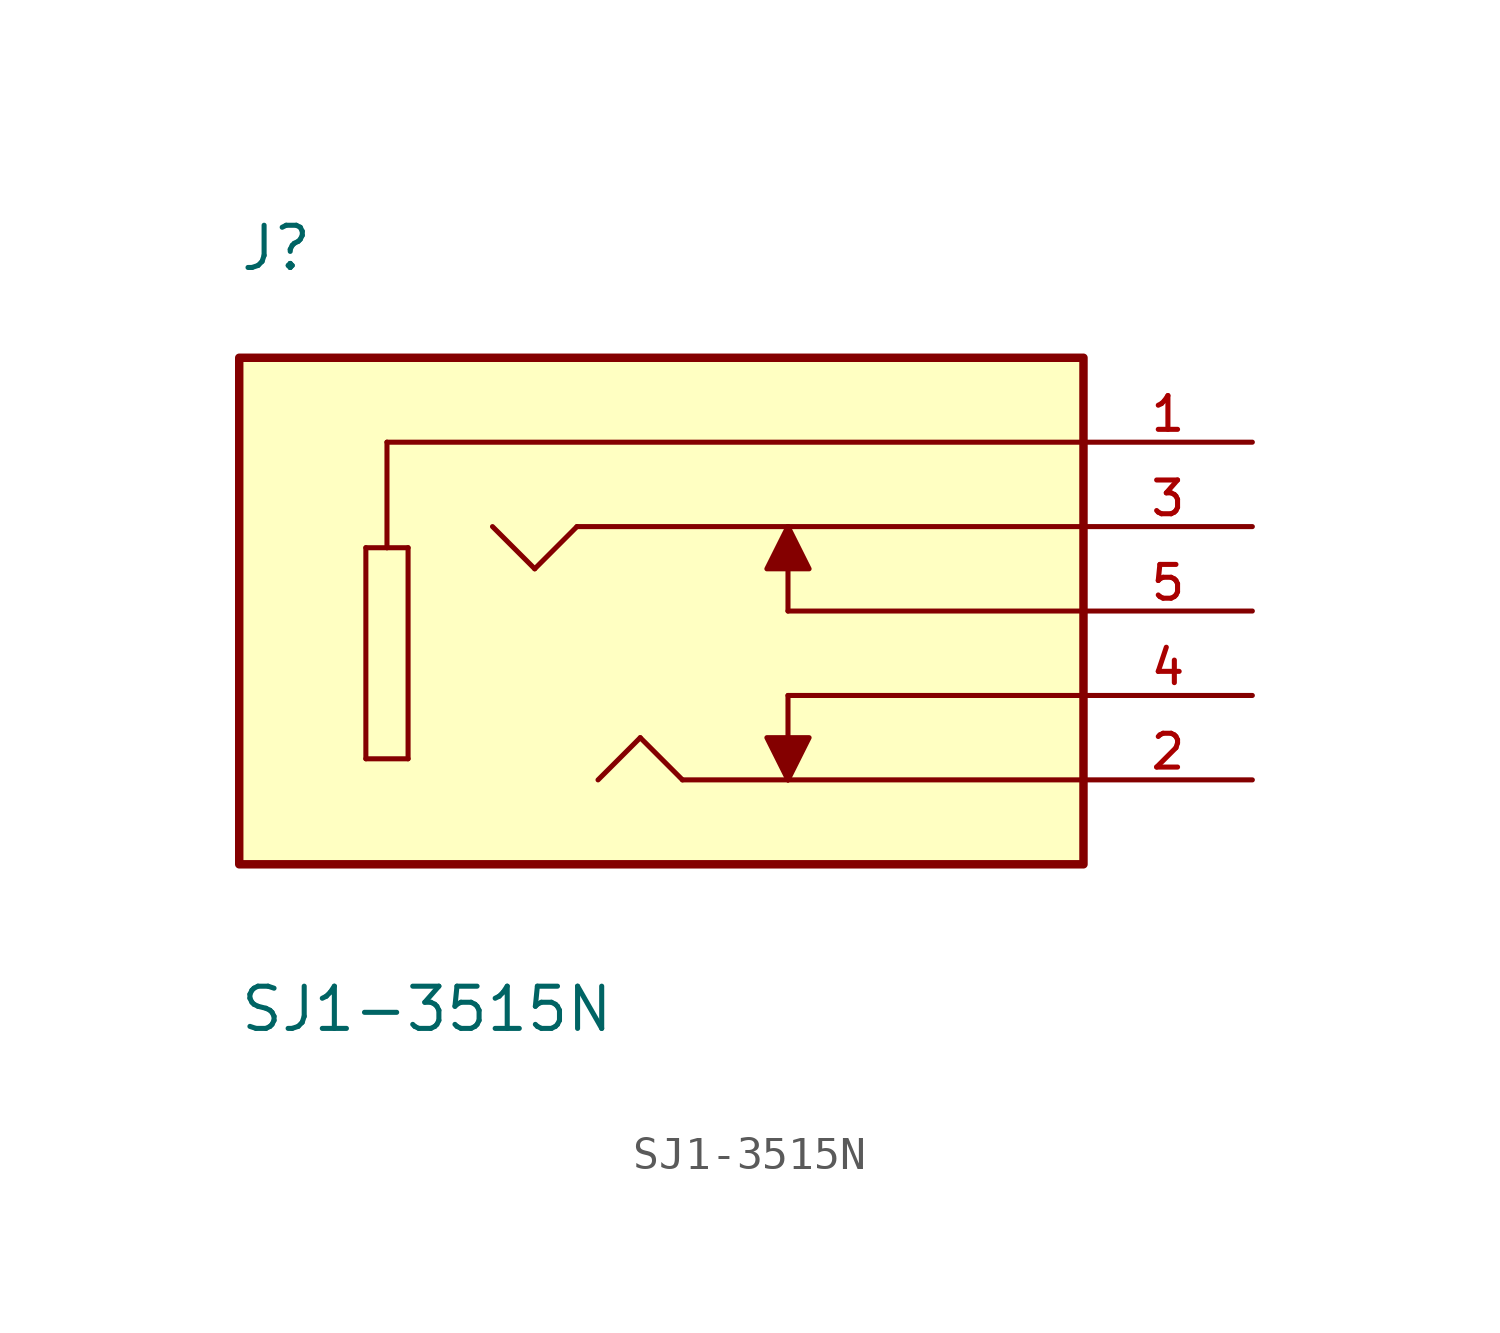
<source format=kicad_sym>
(kicad_symbol_lib
  (version 20211014)
  (generator kicad_symbol_editor)
  (symbol "SJ1-3515N"
    (pin_names
      (offset 1.016))
    (property "Reference" "J"
      (at -12.717 10.173 0)
      (effects (font (size 1.27 1.27)) (justify bottom left)))
    (property "Value" "SJ1-3515N"
      (at -12.72 -12.72 0)
      (effects (font (size 1.27 1.27)) (justify bottom left)))
    (symbol "SJ1-3515N_0_0"
      (polyline (pts (xy 12.7 5.08) (xy -8.255 5.08)) (stroke (width 0.152)))
      (polyline (pts (xy -8.255 5.08) (xy -8.255 1.905)) (stroke (width 0.152)))
      (polyline (pts (xy -8.255 1.905) (xy -8.89 1.905)) (stroke (width 0.152)))
      (polyline (pts (xy -8.89 1.905) (xy -8.89 -4.445)) (stroke (width 0.152)))
      (polyline (pts (xy -8.89 -4.445) (xy -7.62 -4.445)) (stroke (width 0.152)))
      (polyline (pts (xy -7.62 -4.445) (xy -7.62 1.905)) (stroke (width 0.152)))
      (polyline (pts (xy -7.62 1.905) (xy -8.255 1.905)) (stroke (width 0.152)))
      (polyline (pts (xy 12.7 2.54) (xy 3.81 2.54)) (stroke (width 0.152)))
      (polyline (pts (xy 3.81 2.54) (xy -2.54 2.54)) (stroke (width 0.152)))
      (polyline (pts (xy -2.54 2.54) (xy -3.81 1.27)) (stroke (width 0.152)))
      (polyline (pts (xy -3.81 1.27) (xy -5.08 2.54)) (stroke (width 0.152)))
      (polyline (pts (xy 12.7 -5.08) (xy 3.81 -5.08)) (stroke (width 0.152)))
      (polyline (pts (xy 3.81 -5.08) (xy 0.635 -5.08)) (stroke (width 0.152)))
      (polyline (pts (xy 0.635 -5.08) (xy -0.635 -3.81)) (stroke (width 0.152)))
      (polyline (pts (xy -0.635 -3.81) (xy -1.905 -5.08)) (stroke (width 0.152)))
      (polyline (pts (xy 12.7 -2.54) (xy 3.81 -2.54)) (stroke (width 0.152)))
      (polyline (pts (xy 3.81 -2.54) (xy 3.81 -5.08)) (stroke (width 0.152)))
      (polyline (pts (xy 3.81 -5.08) (xy 3.175 -3.81) (xy 4.445 -3.81) (xy 3.81 -5.08)) (stroke (width 0.152)) (fill (type outline)))
      (polyline (pts (xy 12.7 0.0) (xy 3.81 0.0)) (stroke (width 0.152)))
      (polyline (pts (xy 3.81 0.0) (xy 3.81 2.54)) (stroke (width 0.152)))
      (polyline (pts (xy 3.81 2.54) (xy 3.175 1.27) (xy 4.445 1.27) (xy 3.81 2.54)) (stroke (width 0.152)) (fill (type outline)))
      (rectangle (start -12.7 -7.62) (end 12.7 7.62) (stroke (width 0.254)) (fill (type background)))
      (pin passive line (at 17.78 5.08 180.0) (length 5.08) (name "~" (effects (font (size 1.016 1.016)))) (number "1" (effects (font (size 1.016 1.016)))))
      (pin passive line (at 17.78 2.54 180.0) (length 5.08) (name "~" (effects (font (size 1.016 1.016)))) (number "3" (effects (font (size 1.016 1.016)))))
      (pin passive line (at 17.78 -5.08 180.0) (length 5.08) (name "~" (effects (font (size 1.016 1.016)))) (number "2" (effects (font (size 1.016 1.016)))))
      (pin passive line (at 17.78 -2.54 180.0) (length 5.08) (name "~" (effects (font (size 1.016 1.016)))) (number "4" (effects (font (size 1.016 1.016)))))
      (pin passive line (at 17.78 0.0 180.0) (length 5.08) (name "~" (effects (font (size 1.016 1.016)))) (number "5" (effects (font (size 1.016 1.016))))))))
</source>
